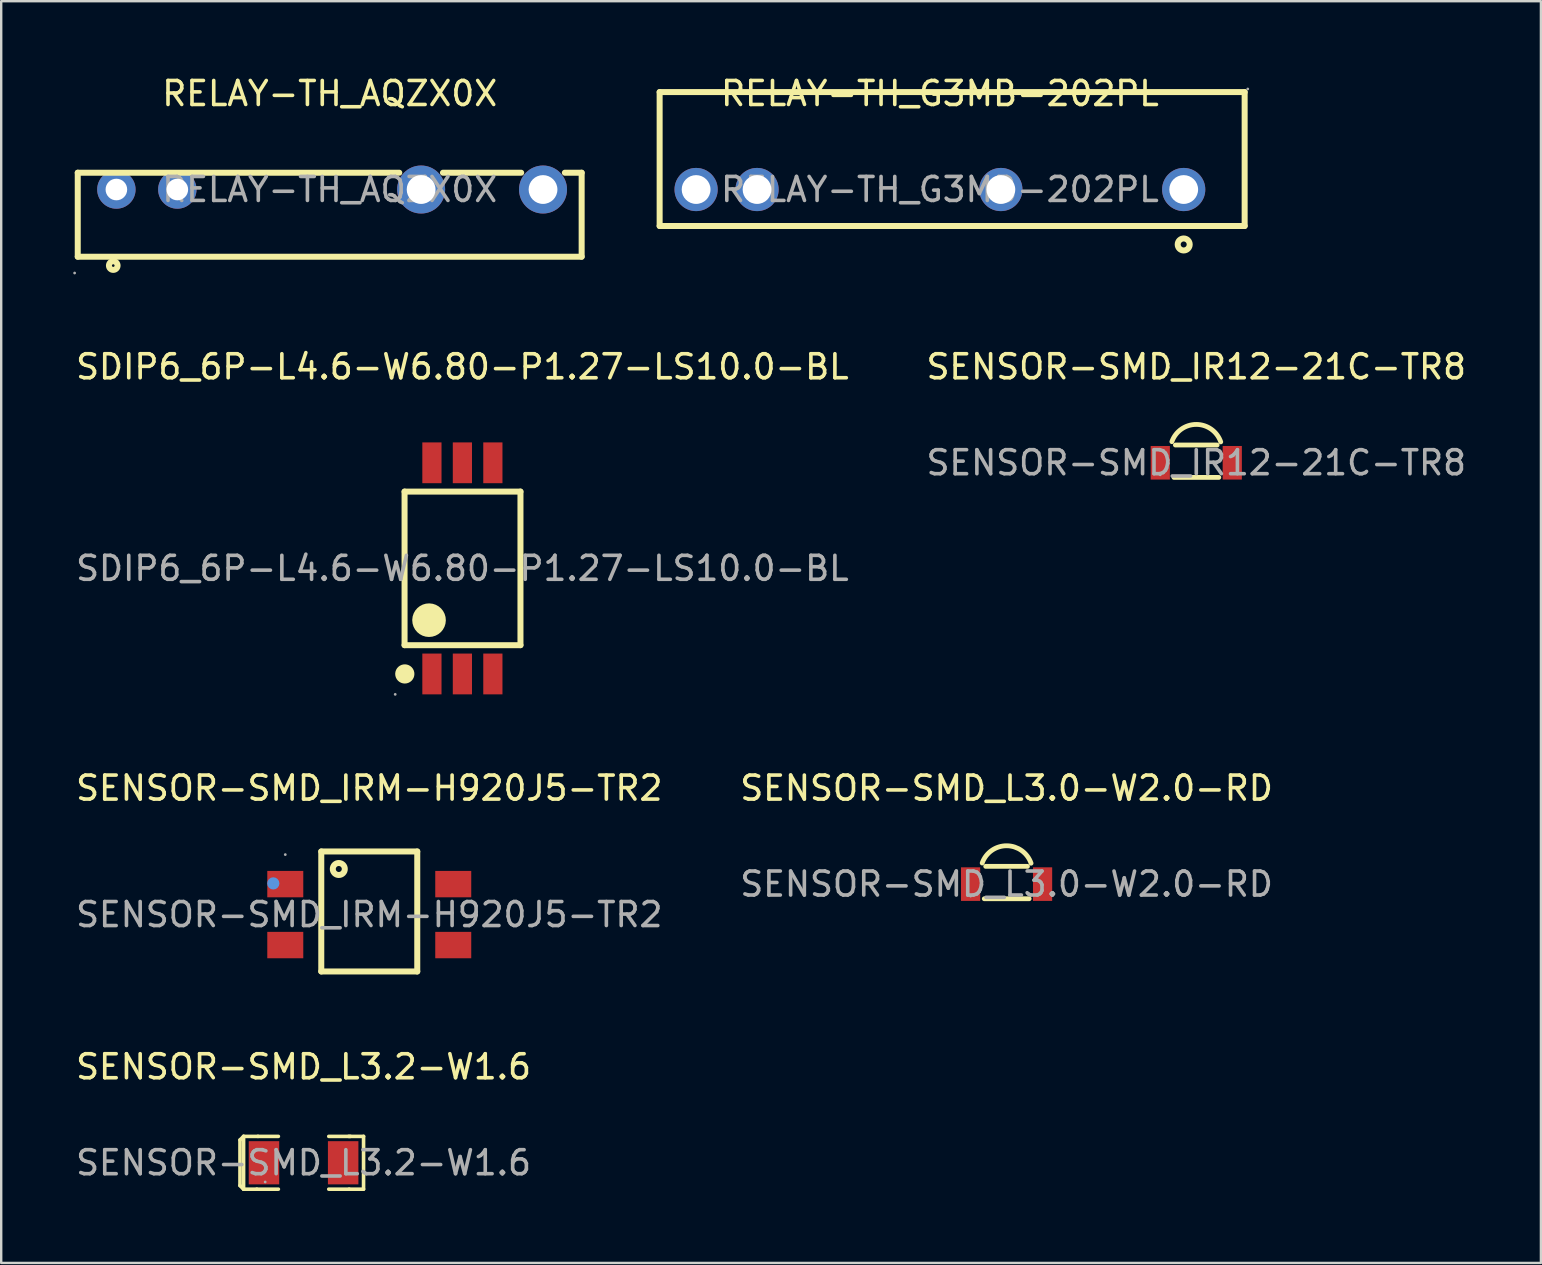
<source format=kicad_pcb>
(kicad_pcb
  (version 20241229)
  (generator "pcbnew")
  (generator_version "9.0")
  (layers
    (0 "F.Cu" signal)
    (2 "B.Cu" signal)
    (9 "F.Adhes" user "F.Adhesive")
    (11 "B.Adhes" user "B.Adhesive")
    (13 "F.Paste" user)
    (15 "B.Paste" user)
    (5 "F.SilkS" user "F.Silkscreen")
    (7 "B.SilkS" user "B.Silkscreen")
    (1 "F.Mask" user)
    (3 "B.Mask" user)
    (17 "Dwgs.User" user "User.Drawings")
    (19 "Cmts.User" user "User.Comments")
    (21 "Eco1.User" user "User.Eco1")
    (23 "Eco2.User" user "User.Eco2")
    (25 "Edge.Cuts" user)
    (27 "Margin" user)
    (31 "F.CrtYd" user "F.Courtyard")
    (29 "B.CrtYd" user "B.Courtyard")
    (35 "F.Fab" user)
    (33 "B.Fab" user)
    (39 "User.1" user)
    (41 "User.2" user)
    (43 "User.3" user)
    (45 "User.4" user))
  (footprint "RELAY-TH_G3MB-202PL"
    (layer "F.Cu")
    (at 36.12 4.848)
    (property "Reference" "RELAY-TH_G3MB-202PL" (at 0 -4 0) (layer "F.SilkS") (effects (font (size 1 1) (thickness 0.15))))
    (attr through_hole)
    (fp_line (start -11.68 -4.06) (end 12.7 -4.06) (stroke (width 0.25) (type solid)) (layer "F.SilkS"))
    (fp_line (start -11.68 1.52) (end -11.68 -4.06) (stroke (width 0.25) (type solid)) (layer "F.SilkS"))
    (fp_line (start 12.7 -4.06) (end 12.7 1.52) (stroke (width 0.25) (type solid)) (layer "F.SilkS"))
    (fp_line (start 12.7 1.52) (end -11.68 1.52) (stroke (width 0.25) (type solid)) (layer "F.SilkS"))
    (fp_circle (center 10.16 2.29) (end 10.41 2.29) (stroke (width 0.25) (type solid)) (fill no) (layer "F.SilkS"))
    (fp_circle (center -10.16 0) (end -9.91 0) (stroke (width 0.5) (type solid)) (fill no) (layer "F.Fab"))
    (fp_circle (center -7.62 0) (end -7.37 0) (stroke (width 0.5) (type solid)) (fill no) (layer "F.Fab"))
    (fp_circle (center 2.54 0) (end 2.79 0) (stroke (width 0.5) (type solid)) (fill no) (layer "F.Fab"))
    (fp_circle (center 10.16 0) (end 10.41 0) (stroke (width 0.5) (type solid)) (fill no) (layer "F.Fab"))
    (fp_circle (center 12.83 -4.19) (end 12.86 -4.19) (stroke (width 0.06) (type solid)) (fill no) (layer "F.Fab"))
    (fp_text user "${REFERENCE}" (at 0 0 0) (layer "F.Fab") (effects (font (size 1 1) (thickness 0.15))))
    (pad "1" thru_hole circle (at 10.16 0) (size 1.8 1.8) (drill 1.2) (layers "*.Cu" "*.Paste" "*.Mask"))
    (pad "2" thru_hole circle (at 2.54 0) (size 1.8 1.8) (drill 1.2) (layers "*.Cu" "*.Paste" "*.Mask"))
    (pad "3" thru_hole circle (at -7.62 0) (size 1.8 1.8) (drill 1.2) (layers "*.Cu" "*.Paste" "*.Mask"))
    (pad "4" thru_hole circle (at -10.16 0) (size 1.8 1.8) (drill 1.2) (layers "*.Cu" "*.Paste" "*.Mask")))
  (footprint "SENSOR-SMD_L3.2-W1.6"
    (layer "F.Cu")
    (at 9.601 45.408)
    (property "Reference" "SENSOR-SMD_L3.2-W1.6" (at 0 -4 0) (layer "F.SilkS") (effects (font (size 1 1) (thickness 0.15))))
    (attr through_hole)
    (fp_line (start -2.65 -0.95) (end -2.65 0.95) (stroke (width 0.15) (type solid)) (layer "F.SilkS"))
    (fp_line (start -2.65 0.95) (end -2.5 1.1) (stroke (width 0.15) (type solid)) (layer "F.SilkS"))
    (fp_line (start -2.5 -1.1) (end -2.65 -0.95) (stroke (width 0.15) (type solid)) (layer "F.SilkS"))
    (fp_line (start -2.5 -1.1) (end -2.5 1.1) (stroke (width 0.15) (type solid)) (layer "F.SilkS"))
    (fp_line (start -2.5 1.1) (end -1.95 1.1) (stroke (width 0.15) (type solid)) (layer "F.SilkS"))
    (fp_line (start -1.95 1.1) (end -1.05 1.1) (stroke (width 0.15) (type solid)) (layer "F.SilkS"))
    (fp_line (start -1.9 -1.1) (end -2.5 -1.1) (stroke (width 0.15) (type solid)) (layer "F.SilkS"))
    (fp_line (start -1.9 -1.1) (end -1.05 -1.1) (stroke (width 0.15) (type solid)) (layer "F.SilkS"))
    (fp_line (start 1.88 -1.1) (end 2.5 -1.1) (stroke (width 0.15) (type solid)) (layer "F.SilkS"))
    (fp_line (start 1.9 1.1) (end 1.05 1.1) (stroke (width 0.15) (type solid)) (layer "F.SilkS"))
    (fp_line (start 1.9 1.1) (end 2.5 1.1) (stroke (width 0.15) (type solid)) (layer "F.SilkS"))
    (fp_line (start 1.95 -1.1) (end 1.05 -1.1) (stroke (width 0.15) (type solid)) (layer "F.SilkS"))
    (fp_line (start 2.5 1.1) (end 2.5 -1.1) (stroke (width 0.15) (type solid)) (layer "F.SilkS"))
    (fp_circle (center -1.6 0.8) (end -1.57 0.8) (stroke (width 0.06) (type solid)) (fill no) (layer "F.Fab"))
    (fp_text user "${REFERENCE}" (at 0 0 0) (layer "F.Fab") (effects (font (size 1 1) (thickness 0.15))))
    (pad "1" smd rect (at -1.65 0) (size 1.27 1.8) (layers "F.Cu" "F.Mask" "F.Paste"))
    (pad "2" smd rect (at 1.65 0) (size 1.27 1.8) (layers "F.Cu" "F.Mask" "F.Paste")))
  (footprint "RELAY-TH_AQZX0X"
    (layer "F.Cu")
    (at 10.69 4.848)
    (property "Reference" "RELAY-TH_AQZX0X" (at 0 -4 0) (layer "F.SilkS") (effects (font (size 1 1) (thickness 0.15))))
    (attr through_hole)
    (fp_line (start -10.5 -0.7) (end -10.5 2.8) (stroke (width 0.25) (type solid)) (layer "F.SilkS"))
    (fp_line (start -10.5 -0.7) (end 2.9 -0.7) (stroke (width 0.25) (type solid)) (layer "F.SilkS"))
    (fp_line (start -10.5 2.8) (end 10.5 2.8) (stroke (width 0.25) (type solid)) (layer "F.SilkS"))
    (fp_line (start 4.72 -0.7) (end 7.98 -0.7) (stroke (width 0.25) (type solid)) (layer "F.SilkS"))
    (fp_line (start 9.8 -0.7) (end 10.5 -0.7) (stroke (width 0.25) (type solid)) (layer "F.SilkS"))
    (fp_line (start 10.5 -0.7) (end 10.5 2.8) (stroke (width 0.25) (type solid)) (layer "F.SilkS"))
    (fp_circle (center -9.02 3.17) (end -8.84 3.17) (stroke (width 0.25) (type solid)) (fill no) (layer "F.SilkS"))
    (fp_circle (center -10.63 3.48) (end -10.6 3.48) (stroke (width 0.06) (type solid)) (fill no) (layer "F.Fab"))
    (fp_circle (center -8.89 0) (end -8.71 0) (stroke (width 0.35) (type solid)) (fill no) (layer "F.Fab"))
    (fp_circle (center -6.35 0) (end -6.17 0) (stroke (width 0.35) (type solid)) (fill no) (layer "F.Fab"))
    (fp_circle (center 3.81 0) (end 4.06 0) (stroke (width 0.5) (type solid)) (fill no) (layer "F.Fab"))
    (fp_circle (center 8.89 0) (end 9.14 0) (stroke (width 0.5) (type solid)) (fill no) (layer "F.Fab"))
    (fp_text user "${REFERENCE}" (at 0 0 0) (layer "F.Fab") (effects (font (size 1 1) (thickness 0.15))))
    (pad "1" thru_hole circle (at -8.89 0) (size 1.6 1.6) (drill 0.9) (layers "*.Cu" "*.Paste" "*.Mask"))
    (pad "2" thru_hole circle (at -6.35 0) (size 1.6 1.6) (drill 0.9) (layers "*.Cu" "*.Paste" "*.Mask"))
    (pad "3" thru_hole circle (at 3.81 0) (size 2 2) (drill 1.2) (layers "*.Cu" "*.Paste" "*.Mask"))
    (pad "4" thru_hole circle (at 8.89 0) (size 2 2) (drill 1.2) (layers "*.Cu" "*.Paste" "*.Mask")))
  (footprint "SENSOR-SMD_IRM-H920J5-TR2"
    (layer "F.Cu")
    (at 12.339 35.065)
    (property "Reference" "SENSOR-SMD_IRM-H920J5-TR2" (at 0 -5.27 0) (layer "F.SilkS") (effects (font (size 1 1) (thickness 0.15))))
    (attr through_hole)
    (fp_line (start -2 -2.63) (end 2 -2.63) (stroke (width 0.25) (type solid)) (layer "F.SilkS"))
    (fp_line (start -2 2.37) (end -2 -2.63) (stroke (width 0.25) (type solid)) (layer "F.SilkS"))
    (fp_line (start 2 -2.63) (end 2 2.37) (stroke (width 0.25) (type solid)) (layer "F.SilkS"))
    (fp_line (start 2 2.37) (end -2 2.37) (stroke (width 0.25) (type solid)) (layer "F.SilkS"))
    (fp_circle (center -1.27 -1.9) (end -1.02 -1.9) (stroke (width 0.25) (type solid)) (fill no) (layer "F.SilkS"))
    (fp_circle (center -4 -1.3) (end -3.87 -1.3) (stroke (width 0.25) (type solid)) (fill no) (layer "Cmts.User"))
    (fp_circle (center -3.5 -2.5) (end -3.47 -2.5) (stroke (width 0.06) (type solid)) (fill no) (layer "F.Fab"))
    (fp_text user "${REFERENCE}" (at 0 0 0) (layer "F.Fab") (effects (font (size 1 1) (thickness 0.15))))
    (pad "1" smd rect (at -3.5 -1.27) (size 1.5 1.1) (layers "F.Cu" "F.Mask" "F.Paste"))
    (pad "2" smd rect (at -3.5 1.27) (size 1.5 1.1) (layers "F.Cu" "F.Mask" "F.Paste"))
    (pad "3" smd rect (at 3.5 1.27) (size 1.5 1.1) (layers "F.Cu" "F.Mask" "F.Paste"))
    (pad "4" smd rect (at 3.5 -1.27) (size 1.5 1.1) (layers "F.Cu" "F.Mask" "F.Paste")))
  (footprint "SDIP6_6P-L4.6-W6.80-P1.27-LS10.0-BL"
    (layer "F.Cu")
    (at 16.22 20.637)
    (property "Reference" "SDIP6_6P-L4.6-W6.80-P1.27-LS10.0-BL" (at 0 -8.4 0) (layer "F.SilkS") (effects (font (size 1 1) (thickness 0.15))))
    (attr through_hole)
    (fp_line (start -2.41 3.2) (end -2.41 -3.2) (stroke (width 0.25) (type solid)) (layer "F.SilkS"))
    (fp_line (start -2.41 3.2) (end 2.42 3.2) (stroke (width 0.25) (type solid)) (layer "F.SilkS"))
    (fp_line (start 2.42 -3.2) (end -2.41 -3.2) (stroke (width 0.25) (type solid)) (layer "F.SilkS"))
    (fp_line (start 2.42 3.2) (end 2.42 -3.2) (stroke (width 0.25) (type solid)) (layer "F.SilkS"))
    (fp_arc (start -2.6 4.39) (mid -2.199812 4.404988) (end -2.60025 4.400027) (stroke (width 0.4) (type solid)) (layer "F.SilkS"))
    (fp_arc (start -1.74 2.15) (mid -1.039893 2.16499) (end -1.740143 2.160021) (stroke (width 0.7) (type solid)) (layer "F.SilkS"))
    (fp_circle (center -2.8 5.25) (end -2.77 5.25) (stroke (width 0.06) (type solid)) (fill no) (layer "F.Fab"))
    (fp_text user "${REFERENCE}" (at 0 0 0) (layer "F.Fab") (effects (font (size 1 1) (thickness 0.15))))
    (pad "1" smd rect (at -1.27 4.4 180) (size 0.8 1.7) (layers "F.Cu" "F.Mask" "F.Paste"))
    (pad "2" smd rect (at 0 4.4 180) (size 0.8 1.7) (layers "F.Cu" "F.Mask" "F.Paste"))
    (pad "3" smd rect (at 1.27 4.4 180) (size 0.8 1.7) (layers "F.Cu" "F.Mask" "F.Paste"))
    (pad "4" smd rect (at 1.27 -4.4 180) (size 0.8 1.7) (layers "F.Cu" "F.Mask" "F.Paste"))
    (pad "5" smd rect (at 0 -4.4 180) (size 0.8 1.7) (layers "F.Cu" "F.Mask" "F.Paste"))
    (pad "6" smd rect (at -1.27 -4.4 180) (size 0.8 1.7) (layers "F.Cu" "F.Mask" "F.Paste")))
  (footprint "SENSOR-SMD_IR12-21C-TR8"
    (layer "F.Cu")
    (at 46.804 16.236)
    (property "Reference" "SENSOR-SMD_IR12-21C-TR8" (at 0 -4 0) (layer "F.SilkS") (effects (font (size 1 1) (thickness 0.15))))
    (attr through_hole)
    (fp_line (start -0.93 0.61) (end 0.94 0.61) (stroke (width 0.2) (type solid)) (layer "F.SilkS"))
    (fp_line (start -0.87 -0.74) (end 0.87 -0.74) (stroke (width 0.2) (type solid)) (layer "F.SilkS"))
    (fp_arc (start -1.016894 -0.878923) (mid 0.004724 -1.598368) (end 1.02 -0.87) (stroke (width 0.2) (type solid)) (layer "F.SilkS"))
    (fp_circle (center -1.5 0.5) (end -1.47 0.5) (stroke (width 0.06) (type solid)) (fill no) (layer "F.Fab"))
    (fp_text user "${REFERENCE}" (at 0 0 0) (layer "F.Fab") (effects (font (size 1 1) (thickness 0.15))))
    (pad "1" smd rect (at -1.5 0 180) (size 0.8 1.4) (layers "F.Cu" "F.Mask" "F.Paste"))
    (pad "2" smd rect (at 1.5 0 180) (size 0.8 1.4) (layers "F.Cu" "F.Mask" "F.Paste")))
  (footprint "SENSOR-SMD_L3.0-W2.0-RD"
    (layer "F.Cu")
    (at 38.899 33.795)
    (property "Reference" "SENSOR-SMD_L3.0-W2.0-RD" (at 0 -4 0) (layer "F.SilkS") (effects (font (size 1 1) (thickness 0.15))))
    (attr through_hole)
    (fp_line (start -0.93 0.61) (end 0.94 0.61) (stroke (width 0.2) (type solid)) (layer "F.SilkS"))
    (fp_line (start -0.87 -0.74) (end 0.87 -0.74) (stroke (width 0.2) (type solid)) (layer "F.SilkS"))
    (fp_arc (start -1.016894 -0.878923) (mid 0.004724 -1.598368) (end 1.02 -0.87) (stroke (width 0.2) (type solid)) (layer "F.SilkS"))
    (fp_circle (center -1.5 0.5) (end -1.47 0.5) (stroke (width 0.06) (type solid)) (fill no) (layer "F.Fab"))
    (fp_text user "${REFERENCE}" (at 0 0 0) (layer "F.Fab") (effects (font (size 1 1) (thickness 0.15))))
    (pad "1" smd rect (at -1.5 0 180) (size 0.8 1.4) (layers "F.Cu" "F.Mask" "F.Paste"))
    (pad "2" smd rect (at 1.5 0 180) (size 0.8 1.4) (layers "F.Cu" "F.Mask" "F.Paste")))
  (gr_rect
    (start -3 -3)
    (end 61.167 49.583)
    (stroke (width 0.1) (type default))
    (fill no)
    (layer "Edge.Cuts")))
</source>
